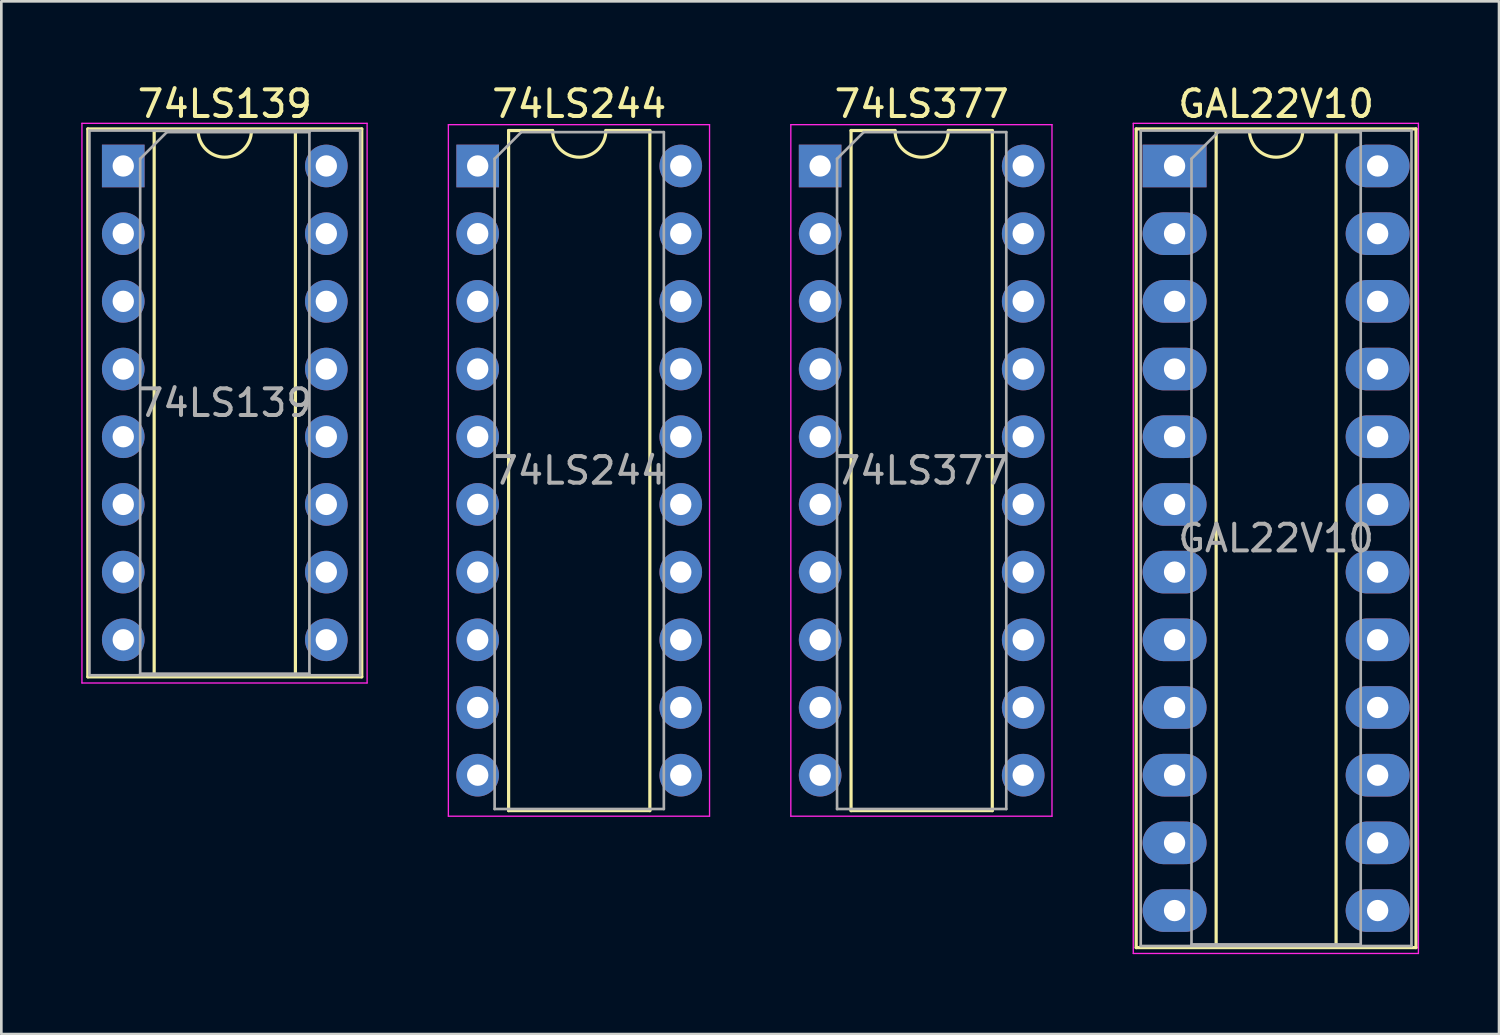
<source format=kicad_pcb>
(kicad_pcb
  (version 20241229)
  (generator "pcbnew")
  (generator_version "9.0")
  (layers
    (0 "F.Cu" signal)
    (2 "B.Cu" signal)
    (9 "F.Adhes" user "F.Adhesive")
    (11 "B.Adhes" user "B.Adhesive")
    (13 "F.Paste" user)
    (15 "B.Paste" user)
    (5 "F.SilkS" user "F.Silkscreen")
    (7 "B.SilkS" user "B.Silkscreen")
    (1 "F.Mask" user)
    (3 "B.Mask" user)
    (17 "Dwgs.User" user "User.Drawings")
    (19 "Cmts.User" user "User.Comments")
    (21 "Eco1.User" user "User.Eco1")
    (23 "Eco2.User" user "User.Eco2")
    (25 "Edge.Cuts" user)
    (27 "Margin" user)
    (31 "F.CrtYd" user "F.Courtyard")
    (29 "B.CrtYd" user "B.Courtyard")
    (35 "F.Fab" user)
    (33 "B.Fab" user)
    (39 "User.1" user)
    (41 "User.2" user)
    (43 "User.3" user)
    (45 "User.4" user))
  (footprint "GAL22V10"
    (layer "F.Cu")
    (at 41.025 3.178)
    (property "Reference" "GAL22V10" (at 3.81 -2.33 0) (layer "F.SilkS") (effects (font (size 1 1) (thickness 0.15))))
    (attr through_hole)
    (fp_line (start -1.44 -1.39) (end -1.44 29.33) (stroke (width 0.12) (type solid)) (layer "F.SilkS"))
    (fp_line (start -1.44 29.33) (end 9.06 29.33) (stroke (width 0.12) (type solid)) (layer "F.SilkS"))
    (fp_line (start 1.56 -1.33) (end 1.56 29.27) (stroke (width 0.12) (type solid)) (layer "F.SilkS"))
    (fp_line (start 1.56 29.27) (end 6.06 29.27) (stroke (width 0.12) (type solid)) (layer "F.SilkS"))
    (fp_line (start 2.81 -1.33) (end 1.56 -1.33) (stroke (width 0.12) (type solid)) (layer "F.SilkS"))
    (fp_line (start 6.06 -1.33) (end 4.81 -1.33) (stroke (width 0.12) (type solid)) (layer "F.SilkS"))
    (fp_line (start 6.06 29.27) (end 6.06 -1.33) (stroke (width 0.12) (type solid)) (layer "F.SilkS"))
    (fp_line (start 9.06 -1.39) (end -1.44 -1.39) (stroke (width 0.12) (type solid)) (layer "F.SilkS"))
    (fp_line (start 9.06 29.33) (end 9.06 -1.39) (stroke (width 0.12) (type solid)) (layer "F.SilkS"))
    (fp_arc (start 4.81 -1.33) (mid 3.81 -0.33) (end 2.81 -1.33) (stroke (width 0.12) (type solid)) (layer "F.SilkS"))
    (fp_line (start -1.55 -1.6) (end -1.55 29.55) (stroke (width 0.05) (type solid)) (layer "F.CrtYd"))
    (fp_line (start -1.55 29.55) (end 9.15 29.55) (stroke (width 0.05) (type solid)) (layer "F.CrtYd"))
    (fp_line (start 9.15 -1.6) (end -1.55 -1.6) (stroke (width 0.05) (type solid)) (layer "F.CrtYd"))
    (fp_line (start 9.15 29.55) (end 9.15 -1.6) (stroke (width 0.05) (type solid)) (layer "F.CrtYd"))
    (fp_line (start -1.27 -1.33) (end -1.27 29.27) (stroke (width 0.1) (type solid)) (layer "F.Fab"))
    (fp_line (start -1.27 29.27) (end 8.89 29.27) (stroke (width 0.1) (type solid)) (layer "F.Fab"))
    (fp_line (start 0.635 -0.27) (end 1.635 -1.27) (stroke (width 0.1) (type solid)) (layer "F.Fab"))
    (fp_line (start 0.635 29.21) (end 0.635 -0.27) (stroke (width 0.1) (type solid)) (layer "F.Fab"))
    (fp_line (start 1.635 -1.27) (end 6.985 -1.27) (stroke (width 0.1) (type solid)) (layer "F.Fab"))
    (fp_line (start 6.985 -1.27) (end 6.985 29.21) (stroke (width 0.1) (type solid)) (layer "F.Fab"))
    (fp_line (start 6.985 29.21) (end 0.635 29.21) (stroke (width 0.1) (type solid)) (layer "F.Fab"))
    (fp_line (start 8.89 -1.33) (end -1.27 -1.33) (stroke (width 0.1) (type solid)) (layer "F.Fab"))
    (fp_line (start 8.89 29.27) (end 8.89 -1.33) (stroke (width 0.1) (type solid)) (layer "F.Fab"))
    (fp_text user "${REFERENCE}" (at 3.81 13.97 0) (layer "F.Fab") (effects (font (size 1 1) (thickness 0.15))))
    (pad "1" thru_hole rect (at 0 0) (size 2.4 1.6) (drill 0.8) (layers "*.Cu" "*.Mask"))
    (pad "2" thru_hole oval (at 0 2.54) (size 2.4 1.6) (drill 0.8) (layers "*.Cu" "*.Mask"))
    (pad "3" thru_hole oval (at 0 5.08) (size 2.4 1.6) (drill 0.8) (layers "*.Cu" "*.Mask"))
    (pad "4" thru_hole oval (at 0 7.62) (size 2.4 1.6) (drill 0.8) (layers "*.Cu" "*.Mask"))
    (pad "5" thru_hole oval (at 0 10.16) (size 2.4 1.6) (drill 0.8) (layers "*.Cu" "*.Mask"))
    (pad "6" thru_hole oval (at 0 12.7) (size 2.4 1.6) (drill 0.8) (layers "*.Cu" "*.Mask"))
    (pad "7" thru_hole oval (at 0 15.24) (size 2.4 1.6) (drill 0.8) (layers "*.Cu" "*.Mask"))
    (pad "8" thru_hole oval (at 0 17.78) (size 2.4 1.6) (drill 0.8) (layers "*.Cu" "*.Mask"))
    (pad "9" thru_hole oval (at 0 20.32) (size 2.4 1.6) (drill 0.8) (layers "*.Cu" "*.Mask"))
    (pad "10" thru_hole oval (at 0 22.86) (size 2.4 1.6) (drill 0.8) (layers "*.Cu" "*.Mask"))
    (pad "11" thru_hole oval (at 0 25.4) (size 2.4 1.6) (drill 0.8) (layers "*.Cu" "*.Mask"))
    (pad "12" thru_hole oval (at 0 27.94) (size 2.4 1.6) (drill 0.8) (layers "*.Cu" "*.Mask"))
    (pad "13" thru_hole oval (at 7.62 27.94) (size 2.4 1.6) (drill 0.8) (layers "*.Cu" "*.Mask"))
    (pad "14" thru_hole oval (at 7.62 25.4) (size 2.4 1.6) (drill 0.8) (layers "*.Cu" "*.Mask"))
    (pad "15" thru_hole oval (at 7.62 22.86) (size 2.4 1.6) (drill 0.8) (layers "*.Cu" "*.Mask"))
    (pad "16" thru_hole oval (at 7.62 20.32) (size 2.4 1.6) (drill 0.8) (layers "*.Cu" "*.Mask"))
    (pad "17" thru_hole oval (at 7.62 17.78) (size 2.4 1.6) (drill 0.8) (layers "*.Cu" "*.Mask"))
    (pad "18" thru_hole oval (at 7.62 15.24) (size 2.4 1.6) (drill 0.8) (layers "*.Cu" "*.Mask"))
    (pad "19" thru_hole oval (at 7.62 12.7) (size 2.4 1.6) (drill 0.8) (layers "*.Cu" "*.Mask"))
    (pad "20" thru_hole oval (at 7.62 10.16) (size 2.4 1.6) (drill 0.8) (layers "*.Cu" "*.Mask"))
    (pad "21" thru_hole oval (at 7.62 7.62) (size 2.4 1.6) (drill 0.8) (layers "*.Cu" "*.Mask"))
    (pad "22" thru_hole oval (at 7.62 5.08) (size 2.4 1.6) (drill 0.8) (layers "*.Cu" "*.Mask"))
    (pad "23" thru_hole oval (at 7.62 2.54) (size 2.4 1.6) (drill 0.8) (layers "*.Cu" "*.Mask"))
    (pad "24" thru_hole oval (at 7.62 0) (size 2.4 1.6) (drill 0.8) (layers "*.Cu" "*.Mask")))
  (footprint "74LS377"
    (layer "F.Cu")
    (at 27.725 3.178)
    (property "Reference" "74LS377" (at 3.81 -2.33 0) (layer "F.SilkS") (effects (font (size 1 1) (thickness 0.15))))
    (attr through_hole)
    (fp_line (start 1.16 -1.33) (end 1.16 24.19) (stroke (width 0.12) (type solid)) (layer "F.SilkS"))
    (fp_line (start 1.16 24.19) (end 6.46 24.19) (stroke (width 0.12) (type solid)) (layer "F.SilkS"))
    (fp_line (start 2.81 -1.33) (end 1.16 -1.33) (stroke (width 0.12) (type solid)) (layer "F.SilkS"))
    (fp_line (start 6.46 -1.33) (end 4.81 -1.33) (stroke (width 0.12) (type solid)) (layer "F.SilkS"))
    (fp_line (start 6.46 24.19) (end 6.46 -1.33) (stroke (width 0.12) (type solid)) (layer "F.SilkS"))
    (fp_arc (start 4.81 -1.33) (mid 3.81 -0.33) (end 2.81 -1.33) (stroke (width 0.12) (type solid)) (layer "F.SilkS"))
    (fp_line (start -1.1 -1.55) (end -1.1 24.4) (stroke (width 0.05) (type solid)) (layer "F.CrtYd"))
    (fp_line (start -1.1 24.4) (end 8.7 24.4) (stroke (width 0.05) (type solid)) (layer "F.CrtYd"))
    (fp_line (start 8.7 -1.55) (end -1.1 -1.55) (stroke (width 0.05) (type solid)) (layer "F.CrtYd"))
    (fp_line (start 8.7 24.4) (end 8.7 -1.55) (stroke (width 0.05) (type solid)) (layer "F.CrtYd"))
    (fp_line (start 0.635 -0.27) (end 1.635 -1.27) (stroke (width 0.1) (type solid)) (layer "F.Fab"))
    (fp_line (start 0.635 24.13) (end 0.635 -0.27) (stroke (width 0.1) (type solid)) (layer "F.Fab"))
    (fp_line (start 1.635 -1.27) (end 6.985 -1.27) (stroke (width 0.1) (type solid)) (layer "F.Fab"))
    (fp_line (start 6.985 -1.27) (end 6.985 24.13) (stroke (width 0.1) (type solid)) (layer "F.Fab"))
    (fp_line (start 6.985 24.13) (end 0.635 24.13) (stroke (width 0.1) (type solid)) (layer "F.Fab"))
    (fp_text user "${REFERENCE}" (at 3.81 11.43 0) (layer "F.Fab") (effects (font (size 1 1) (thickness 0.15))))
    (pad "1" thru_hole rect (at 0 0) (size 1.6 1.6) (drill 0.8) (layers "*.Cu" "*.Mask"))
    (pad "2" thru_hole oval (at 0 2.54) (size 1.6 1.6) (drill 0.8) (layers "*.Cu" "*.Mask"))
    (pad "3" thru_hole oval (at 0 5.08) (size 1.6 1.6) (drill 0.8) (layers "*.Cu" "*.Mask"))
    (pad "4" thru_hole oval (at 0 7.62) (size 1.6 1.6) (drill 0.8) (layers "*.Cu" "*.Mask"))
    (pad "5" thru_hole oval (at 0 10.16) (size 1.6 1.6) (drill 0.8) (layers "*.Cu" "*.Mask"))
    (pad "6" thru_hole oval (at 0 12.7) (size 1.6 1.6) (drill 0.8) (layers "*.Cu" "*.Mask"))
    (pad "7" thru_hole oval (at 0 15.24) (size 1.6 1.6) (drill 0.8) (layers "*.Cu" "*.Mask"))
    (pad "8" thru_hole oval (at 0 17.78) (size 1.6 1.6) (drill 0.8) (layers "*.Cu" "*.Mask"))
    (pad "9" thru_hole oval (at 0 20.32) (size 1.6 1.6) (drill 0.8) (layers "*.Cu" "*.Mask"))
    (pad "10" thru_hole oval (at 0 22.86) (size 1.6 1.6) (drill 0.8) (layers "*.Cu" "*.Mask"))
    (pad "11" thru_hole oval (at 7.62 22.86) (size 1.6 1.6) (drill 0.8) (layers "*.Cu" "*.Mask"))
    (pad "12" thru_hole oval (at 7.62 20.32) (size 1.6 1.6) (drill 0.8) (layers "*.Cu" "*.Mask"))
    (pad "13" thru_hole oval (at 7.62 17.78) (size 1.6 1.6) (drill 0.8) (layers "*.Cu" "*.Mask"))
    (pad "14" thru_hole oval (at 7.62 15.24) (size 1.6 1.6) (drill 0.8) (layers "*.Cu" "*.Mask"))
    (pad "15" thru_hole oval (at 7.62 12.7) (size 1.6 1.6) (drill 0.8) (layers "*.Cu" "*.Mask"))
    (pad "16" thru_hole oval (at 7.62 10.16) (size 1.6 1.6) (drill 0.8) (layers "*.Cu" "*.Mask"))
    (pad "17" thru_hole oval (at 7.62 7.62) (size 1.6 1.6) (drill 0.8) (layers "*.Cu" "*.Mask"))
    (pad "18" thru_hole oval (at 7.62 5.08) (size 1.6 1.6) (drill 0.8) (layers "*.Cu" "*.Mask"))
    (pad "19" thru_hole oval (at 7.62 2.54) (size 1.6 1.6) (drill 0.8) (layers "*.Cu" "*.Mask"))
    (pad "20" thru_hole oval (at 7.62 0) (size 1.6 1.6) (drill 0.8) (layers "*.Cu" "*.Mask")))
  (footprint "74LS139"
    (layer "F.Cu")
    (at 1.575 3.178)
    (property "Reference" "74LS139" (at 3.81 -2.33 0) (layer "F.SilkS") (effects (font (size 1 1) (thickness 0.15))))
    (attr through_hole)
    (fp_line (start -1.33 -1.39) (end -1.33 19.17) (stroke (width 0.12) (type solid)) (layer "F.SilkS"))
    (fp_line (start -1.33 19.17) (end 8.95 19.17) (stroke (width 0.12) (type solid)) (layer "F.SilkS"))
    (fp_line (start 1.16 -1.33) (end 1.16 19.11) (stroke (width 0.12) (type solid)) (layer "F.SilkS"))
    (fp_line (start 1.16 19.11) (end 6.46 19.11) (stroke (width 0.12) (type solid)) (layer "F.SilkS"))
    (fp_line (start 2.81 -1.33) (end 1.16 -1.33) (stroke (width 0.12) (type solid)) (layer "F.SilkS"))
    (fp_line (start 6.46 -1.33) (end 4.81 -1.33) (stroke (width 0.12) (type solid)) (layer "F.SilkS"))
    (fp_line (start 6.46 19.11) (end 6.46 -1.33) (stroke (width 0.12) (type solid)) (layer "F.SilkS"))
    (fp_line (start 8.95 -1.39) (end -1.33 -1.39) (stroke (width 0.12) (type solid)) (layer "F.SilkS"))
    (fp_line (start 8.95 19.17) (end 8.95 -1.39) (stroke (width 0.12) (type solid)) (layer "F.SilkS"))
    (fp_arc (start 4.81 -1.33) (mid 3.81 -0.33) (end 2.81 -1.33) (stroke (width 0.12) (type solid)) (layer "F.SilkS"))
    (fp_line (start -1.55 -1.6) (end -1.55 19.4) (stroke (width 0.05) (type solid)) (layer "F.CrtYd"))
    (fp_line (start -1.55 19.4) (end 9.15 19.4) (stroke (width 0.05) (type solid)) (layer "F.CrtYd"))
    (fp_line (start 9.15 -1.6) (end -1.55 -1.6) (stroke (width 0.05) (type solid)) (layer "F.CrtYd"))
    (fp_line (start 9.15 19.4) (end 9.15 -1.6) (stroke (width 0.05) (type solid)) (layer "F.CrtYd"))
    (fp_line (start -1.27 -1.33) (end -1.27 19.11) (stroke (width 0.1) (type solid)) (layer "F.Fab"))
    (fp_line (start -1.27 19.11) (end 8.89 19.11) (stroke (width 0.1) (type solid)) (layer "F.Fab"))
    (fp_line (start 0.635 -0.27) (end 1.635 -1.27) (stroke (width 0.1) (type solid)) (layer "F.Fab"))
    (fp_line (start 0.635 19.05) (end 0.635 -0.27) (stroke (width 0.1) (type solid)) (layer "F.Fab"))
    (fp_line (start 1.635 -1.27) (end 6.985 -1.27) (stroke (width 0.1) (type solid)) (layer "F.Fab"))
    (fp_line (start 6.985 -1.27) (end 6.985 19.05) (stroke (width 0.1) (type solid)) (layer "F.Fab"))
    (fp_line (start 6.985 19.05) (end 0.635 19.05) (stroke (width 0.1) (type solid)) (layer "F.Fab"))
    (fp_line (start 8.89 -1.33) (end -1.27 -1.33) (stroke (width 0.1) (type solid)) (layer "F.Fab"))
    (fp_line (start 8.89 19.11) (end 8.89 -1.33) (stroke (width 0.1) (type solid)) (layer "F.Fab"))
    (fp_text user "${REFERENCE}" (at 3.81 8.89 0) (layer "F.Fab") (effects (font (size 1 1) (thickness 0.15))))
    (pad "1" thru_hole rect (at 0 0) (size 1.6 1.6) (drill 0.8) (layers "*.Cu" "*.Mask"))
    (pad "2" thru_hole oval (at 0 2.54) (size 1.6 1.6) (drill 0.8) (layers "*.Cu" "*.Mask"))
    (pad "3" thru_hole oval (at 0 5.08) (size 1.6 1.6) (drill 0.8) (layers "*.Cu" "*.Mask"))
    (pad "4" thru_hole oval (at 0 7.62) (size 1.6 1.6) (drill 0.8) (layers "*.Cu" "*.Mask"))
    (pad "5" thru_hole oval (at 0 10.16) (size 1.6 1.6) (drill 0.8) (layers "*.Cu" "*.Mask"))
    (pad "6" thru_hole oval (at 0 12.7) (size 1.6 1.6) (drill 0.8) (layers "*.Cu" "*.Mask"))
    (pad "7" thru_hole oval (at 0 15.24) (size 1.6 1.6) (drill 0.8) (layers "*.Cu" "*.Mask"))
    (pad "8" thru_hole oval (at 0 17.78) (size 1.6 1.6) (drill 0.8) (layers "*.Cu" "*.Mask"))
    (pad "9" thru_hole oval (at 7.62 17.78) (size 1.6 1.6) (drill 0.8) (layers "*.Cu" "*.Mask"))
    (pad "10" thru_hole oval (at 7.62 15.24) (size 1.6 1.6) (drill 0.8) (layers "*.Cu" "*.Mask"))
    (pad "11" thru_hole oval (at 7.62 12.7) (size 1.6 1.6) (drill 0.8) (layers "*.Cu" "*.Mask"))
    (pad "12" thru_hole oval (at 7.62 10.16) (size 1.6 1.6) (drill 0.8) (layers "*.Cu" "*.Mask"))
    (pad "13" thru_hole oval (at 7.62 7.62) (size 1.6 1.6) (drill 0.8) (layers "*.Cu" "*.Mask"))
    (pad "14" thru_hole oval (at 7.62 5.08) (size 1.6 1.6) (drill 0.8) (layers "*.Cu" "*.Mask"))
    (pad "15" thru_hole oval (at 7.62 2.54) (size 1.6 1.6) (drill 0.8) (layers "*.Cu" "*.Mask"))
    (pad "16" thru_hole oval (at 7.62 0) (size 1.6 1.6) (drill 0.8) (layers "*.Cu" "*.Mask")))
  (footprint "74LS244"
    (layer "F.Cu")
    (at 14.875 3.178)
    (property "Reference" "74LS244" (at 3.81 -2.33 0) (layer "F.SilkS") (effects (font (size 1 1) (thickness 0.15))))
    (attr through_hole)
    (fp_line (start 1.16 -1.33) (end 1.16 24.19) (stroke (width 0.12) (type solid)) (layer "F.SilkS"))
    (fp_line (start 1.16 24.19) (end 6.46 24.19) (stroke (width 0.12) (type solid)) (layer "F.SilkS"))
    (fp_line (start 2.81 -1.33) (end 1.16 -1.33) (stroke (width 0.12) (type solid)) (layer "F.SilkS"))
    (fp_line (start 6.46 -1.33) (end 4.81 -1.33) (stroke (width 0.12) (type solid)) (layer "F.SilkS"))
    (fp_line (start 6.46 24.19) (end 6.46 -1.33) (stroke (width 0.12) (type solid)) (layer "F.SilkS"))
    (fp_arc (start 4.81 -1.33) (mid 3.81 -0.33) (end 2.81 -1.33) (stroke (width 0.12) (type solid)) (layer "F.SilkS"))
    (fp_line (start -1.1 -1.55) (end -1.1 24.4) (stroke (width 0.05) (type solid)) (layer "F.CrtYd"))
    (fp_line (start -1.1 24.4) (end 8.7 24.4) (stroke (width 0.05) (type solid)) (layer "F.CrtYd"))
    (fp_line (start 8.7 -1.55) (end -1.1 -1.55) (stroke (width 0.05) (type solid)) (layer "F.CrtYd"))
    (fp_line (start 8.7 24.4) (end 8.7 -1.55) (stroke (width 0.05) (type solid)) (layer "F.CrtYd"))
    (fp_line (start 0.635 -0.27) (end 1.635 -1.27) (stroke (width 0.1) (type solid)) (layer "F.Fab"))
    (fp_line (start 0.635 24.13) (end 0.635 -0.27) (stroke (width 0.1) (type solid)) (layer "F.Fab"))
    (fp_line (start 1.635 -1.27) (end 6.985 -1.27) (stroke (width 0.1) (type solid)) (layer "F.Fab"))
    (fp_line (start 6.985 -1.27) (end 6.985 24.13) (stroke (width 0.1) (type solid)) (layer "F.Fab"))
    (fp_line (start 6.985 24.13) (end 0.635 24.13) (stroke (width 0.1) (type solid)) (layer "F.Fab"))
    (fp_text user "${REFERENCE}" (at 3.81 11.43 0) (layer "F.Fab") (effects (font (size 1 1) (thickness 0.15))))
    (pad "1" thru_hole rect (at 0 0) (size 1.6 1.6) (drill 0.8) (layers "*.Cu" "*.Mask"))
    (pad "2" thru_hole oval (at 0 2.54) (size 1.6 1.6) (drill 0.8) (layers "*.Cu" "*.Mask"))
    (pad "3" thru_hole oval (at 0 5.08) (size 1.6 1.6) (drill 0.8) (layers "*.Cu" "*.Mask"))
    (pad "4" thru_hole oval (at 0 7.62) (size 1.6 1.6) (drill 0.8) (layers "*.Cu" "*.Mask"))
    (pad "5" thru_hole oval (at 0 10.16) (size 1.6 1.6) (drill 0.8) (layers "*.Cu" "*.Mask"))
    (pad "6" thru_hole oval (at 0 12.7) (size 1.6 1.6) (drill 0.8) (layers "*.Cu" "*.Mask"))
    (pad "7" thru_hole oval (at 0 15.24) (size 1.6 1.6) (drill 0.8) (layers "*.Cu" "*.Mask"))
    (pad "8" thru_hole oval (at 0 17.78) (size 1.6 1.6) (drill 0.8) (layers "*.Cu" "*.Mask"))
    (pad "9" thru_hole oval (at 0 20.32) (size 1.6 1.6) (drill 0.8) (layers "*.Cu" "*.Mask"))
    (pad "10" thru_hole oval (at 0 22.86) (size 1.6 1.6) (drill 0.8) (layers "*.Cu" "*.Mask"))
    (pad "11" thru_hole oval (at 7.62 22.86) (size 1.6 1.6) (drill 0.8) (layers "*.Cu" "*.Mask"))
    (pad "12" thru_hole oval (at 7.62 20.32) (size 1.6 1.6) (drill 0.8) (layers "*.Cu" "*.Mask"))
    (pad "13" thru_hole oval (at 7.62 17.78) (size 1.6 1.6) (drill 0.8) (layers "*.Cu" "*.Mask"))
    (pad "14" thru_hole oval (at 7.62 15.24) (size 1.6 1.6) (drill 0.8) (layers "*.Cu" "*.Mask"))
    (pad "15" thru_hole oval (at 7.62 12.7) (size 1.6 1.6) (drill 0.8) (layers "*.Cu" "*.Mask"))
    (pad "16" thru_hole oval (at 7.62 10.16) (size 1.6 1.6) (drill 0.8) (layers "*.Cu" "*.Mask"))
    (pad "17" thru_hole oval (at 7.62 7.62) (size 1.6 1.6) (drill 0.8) (layers "*.Cu" "*.Mask"))
    (pad "18" thru_hole oval (at 7.62 5.08) (size 1.6 1.6) (drill 0.8) (layers "*.Cu" "*.Mask"))
    (pad "19" thru_hole oval (at 7.62 2.54) (size 1.6 1.6) (drill 0.8) (layers "*.Cu" "*.Mask"))
    (pad "20" thru_hole oval (at 7.62 0) (size 1.6 1.6) (drill 0.8) (layers "*.Cu" "*.Mask")))
  (gr_rect
    (start -3 -3)
    (end 53.2 35.753)
    (stroke (width 0.1) (type default))
    (fill no)
    (layer "Edge.Cuts")))
</source>
